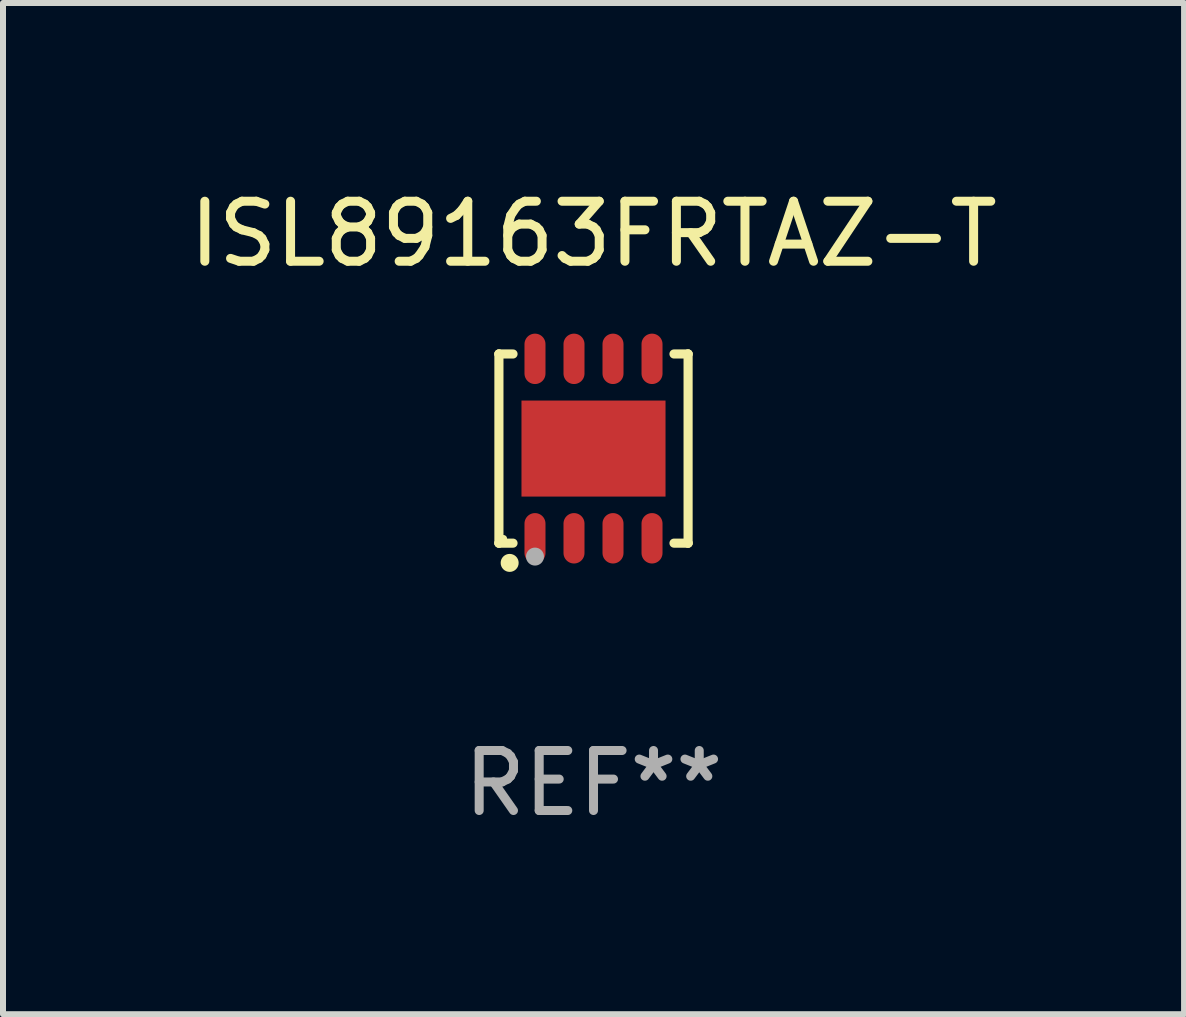
<source format=kicad_pcb>
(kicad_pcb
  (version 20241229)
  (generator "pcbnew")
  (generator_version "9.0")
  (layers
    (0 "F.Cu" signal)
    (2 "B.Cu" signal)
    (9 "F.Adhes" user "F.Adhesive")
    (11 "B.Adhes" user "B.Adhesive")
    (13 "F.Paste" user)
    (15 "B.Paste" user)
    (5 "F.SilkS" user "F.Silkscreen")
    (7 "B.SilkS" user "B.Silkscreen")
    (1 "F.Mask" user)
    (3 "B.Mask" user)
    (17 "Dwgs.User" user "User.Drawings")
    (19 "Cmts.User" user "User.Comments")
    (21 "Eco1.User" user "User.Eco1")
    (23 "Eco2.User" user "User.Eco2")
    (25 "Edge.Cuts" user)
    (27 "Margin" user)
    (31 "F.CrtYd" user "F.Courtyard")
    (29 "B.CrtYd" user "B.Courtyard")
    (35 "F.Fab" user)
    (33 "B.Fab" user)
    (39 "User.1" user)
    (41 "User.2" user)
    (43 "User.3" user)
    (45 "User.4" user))
  (footprint "ISL89163FRTAZ-T"
    (layer "F.Cu")
    (at 6.839 4.424)
    (property "Reference" "ISL89163FRTAZ-T" (at 0 -3.576 0) (layer "F.SilkS") (effects (font (size 1 1) (thickness 0.15))))
    (attr through_hole)
    (fp_line (start -1.576 -1.576) (end -1.576 -1.576) (stroke (width 0.152) (type solid)) (layer "F.SilkS"))
    (fp_line (start -1.576 -1.576) (end -1.341 -1.576) (stroke (width 0.152) (type solid)) (layer "F.SilkS"))
    (fp_line (start -1.576 1.576) (end -1.576 -1.576) (stroke (width 0.152) (type solid)) (layer "F.SilkS"))
    (fp_line (start -1.576 1.576) (end -1.576 1.576) (stroke (width 0.152) (type solid)) (layer "F.SilkS"))
    (fp_line (start -1.341 1.576) (end -1.576 1.576) (stroke (width 0.152) (type solid)) (layer "F.SilkS"))
    (fp_line (start 1.341 1.576) (end 1.576 1.576) (stroke (width 0.152) (type solid)) (layer "F.SilkS"))
    (fp_line (start 1.576 -1.576) (end 1.341 -1.576) (stroke (width 0.152) (type solid)) (layer "F.SilkS"))
    (fp_line (start 1.576 -1.576) (end 1.576 -1.576) (stroke (width 0.152) (type solid)) (layer "F.SilkS"))
    (fp_line (start 1.576 1.576) (end 1.576 -1.576) (stroke (width 0.152) (type solid)) (layer "F.SilkS"))
    (fp_line (start 1.576 1.576) (end 1.576 1.576) (stroke (width 0.152) (type solid)) (layer "F.SilkS"))
    (fp_circle (center -1.5 1.5) (end -1.47 1.5) (stroke (width 0.06) (type solid)) (fill no) (layer "F.SilkS"))
    (fp_circle (center -1.397 1.905) (end -1.322 1.905) (stroke (width 0.15) (type solid)) (fill no) (layer "F.SilkS"))
    (fp_circle (center -0.975 1.8) (end -0.9 1.8) (stroke (width 0.15) (type solid)) (fill no) (layer "F.Fab"))
    (fp_text user "REF**" (at 0 5.576 0) (layer "F.Fab") (effects (font (size 1 1) (thickness 0.15))))
    (pad "1" smd oval (at -0.975 1.495) (size 0.35 0.84) (layers "F.Cu" "F.Mask" "F.Paste"))
    (pad "2" smd oval (at -0.325 1.495) (size 0.35 0.84) (layers "F.Cu" "F.Mask" "F.Paste"))
    (pad "3" smd oval (at 0.325 1.495) (size 0.35 0.84) (layers "F.Cu" "F.Mask" "F.Paste"))
    (pad "4" smd oval (at 0.975 1.495) (size 0.35 0.84) (layers "F.Cu" "F.Mask" "F.Paste"))
    (pad "5" smd oval (at 0.975 -1.495) (size 0.35 0.84) (layers "F.Cu" "F.Mask" "F.Paste"))
    (pad "6" smd oval (at 0.325 -1.495) (size 0.35 0.84) (layers "F.Cu" "F.Mask" "F.Paste"))
    (pad "7" smd oval (at -0.325 -1.495) (size 0.35 0.84) (layers "F.Cu" "F.Mask" "F.Paste"))
    (pad "8" smd oval (at -0.975 -1.495) (size 0.35 0.84) (layers "F.Cu" "F.Mask" "F.Paste"))
    (pad "9" smd rect (at 0 0) (size 2.4 1.6) (layers "F.Cu" "F.Mask" "F.Paste")))
  (gr_rect
    (start -3 -3)
    (end 16.679 13.849)
    (stroke (width 0.1) (type default))
    (fill no)
    (layer "Edge.Cuts")))
</source>
